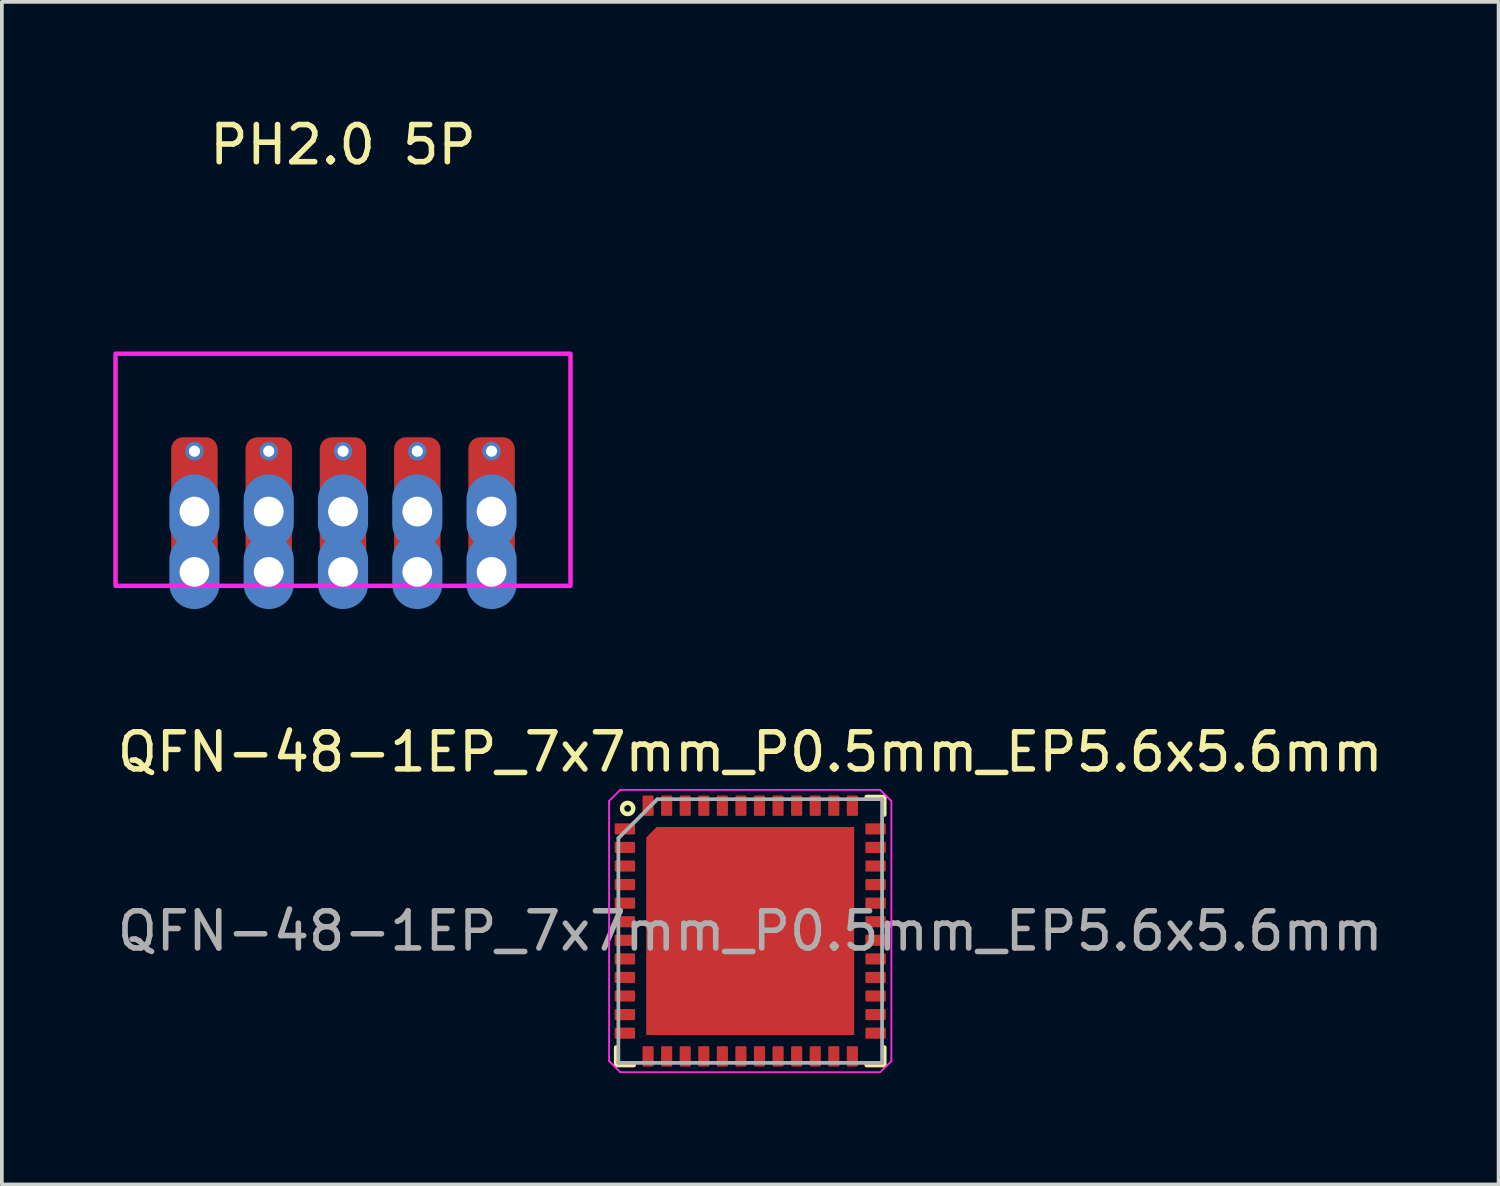
<source format=kicad_pcb>
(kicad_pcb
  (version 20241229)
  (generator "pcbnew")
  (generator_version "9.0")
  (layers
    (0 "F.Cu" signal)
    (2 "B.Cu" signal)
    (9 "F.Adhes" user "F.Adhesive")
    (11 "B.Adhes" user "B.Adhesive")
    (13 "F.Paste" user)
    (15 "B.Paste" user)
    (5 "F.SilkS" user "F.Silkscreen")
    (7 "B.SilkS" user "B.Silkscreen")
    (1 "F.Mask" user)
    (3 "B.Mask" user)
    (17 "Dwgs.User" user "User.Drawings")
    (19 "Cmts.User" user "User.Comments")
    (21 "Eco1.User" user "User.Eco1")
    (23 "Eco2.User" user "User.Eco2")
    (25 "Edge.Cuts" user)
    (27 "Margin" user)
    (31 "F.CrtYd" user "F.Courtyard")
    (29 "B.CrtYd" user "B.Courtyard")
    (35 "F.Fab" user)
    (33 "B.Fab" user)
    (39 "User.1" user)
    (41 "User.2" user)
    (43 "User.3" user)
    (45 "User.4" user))
  (footprint "PH2.0 5P"
    (layer "F.Cu")
    (at 6.185 9.848)
    (property "Reference" "PH2.0 5P" (at 0 -9 0) (unlocked yes) (layer "F.SilkS") (effects (font (size 1 1) (thickness 0.15))))
    (attr through_hole)
    (fp_rect (start -6.125 -3.375) (end 6.125 2.875) (stroke (width 0.12) (type default)) (fill no) (layer "F.CrtYd"))
    (pad "1" thru_hole circle (at -4 -0.75) (size 0.5 0.5) (drill 0.3) (property pad_prop_heatsink) (layers "*.Cu"))
    (pad "1" smd roundrect (at -4 0.688) (size 1.25 3.625) (layers "F.Cu" "F.Mask") (roundrect_rratio 0.25) (chamfer_ratio 0) (chamfer bottom_left bottom_right))
    (pad "1" thru_hole circle (at -4 0.875) (size 1.25 1.25) (drill 0.8) (layers "*.Cu" "*.Mask"))
    (pad "1" smd oval (at -4 0.875) (size 1.35 2) (layers "B.Cu" "B.Mask"))
    (pad "1" thru_hole circle (at -4 2.5) (size 1.25 1.25) (drill 0.8) (layers "*.Cu" "*.Mask"))
    (pad "1" smd oval (at -4 2.5) (size 1.35 2) (layers "B.Cu" "B.Mask"))
    (pad "2" thru_hole circle (at -2 -0.75) (size 0.5 0.5) (drill 0.3) (property pad_prop_heatsink) (layers "*.Cu"))
    (pad "2" smd roundrect (at -2 0.688) (size 1.25 3.625) (layers "F.Cu" "F.Mask") (roundrect_rratio 0.25) (chamfer_ratio 0) (chamfer bottom_left bottom_right))
    (pad "2" thru_hole circle (at -2 0.875) (size 1.25 1.25) (drill 0.8) (layers "*.Cu" "*.Mask"))
    (pad "2" smd oval (at -2 0.875) (size 1.35 2) (layers "B.Cu" "B.Mask"))
    (pad "2" thru_hole circle (at -2 2.5) (size 1.25 1.25) (drill 0.8) (layers "*.Cu" "*.Mask"))
    (pad "2" smd oval (at -2 2.5) (size 1.35 2) (layers "B.Cu" "B.Mask"))
    (pad "3" thru_hole circle (at 0 -0.75) (size 0.5 0.5) (drill 0.3) (property pad_prop_heatsink) (layers "*.Cu"))
    (pad "3" smd roundrect (at 0 0.688) (size 1.25 3.625) (layers "F.Cu" "F.Mask") (roundrect_rratio 0.25) (chamfer_ratio 0) (chamfer bottom_left bottom_right))
    (pad "3" thru_hole circle (at 0 0.875) (size 1.25 1.25) (drill 0.8) (layers "*.Cu" "*.Mask"))
    (pad "3" smd oval (at 0 0.875) (size 1.35 2) (layers "B.Cu" "B.Mask"))
    (pad "3" thru_hole circle (at 0 2.5) (size 1.25 1.25) (drill 0.8) (layers "*.Cu" "*.Mask"))
    (pad "3" smd oval (at 0 2.5) (size 1.35 2) (layers "B.Cu" "B.Mask"))
    (pad "4" thru_hole circle (at 2 -0.75) (size 0.5 0.5) (drill 0.3) (property pad_prop_heatsink) (layers "*.Cu"))
    (pad "4" smd roundrect (at 2 0.688) (size 1.25 3.625) (layers "F.Cu" "F.Mask") (roundrect_rratio 0.25) (chamfer_ratio 0) (chamfer bottom_left bottom_right))
    (pad "4" thru_hole circle (at 2 0.875) (size 1.25 1.25) (drill 0.8) (layers "*.Cu" "*.Mask"))
    (pad "4" smd oval (at 2 0.875) (size 1.35 2) (layers "B.Cu" "B.Mask"))
    (pad "4" thru_hole circle (at 2 2.5) (size 1.25 1.25) (drill 0.8) (layers "*.Cu" "*.Mask"))
    (pad "4" smd oval (at 2 2.5) (size 1.35 2) (layers "B.Cu" "B.Mask"))
    (pad "5" thru_hole circle (at 4 -0.75) (size 0.5 0.5) (drill 0.3) (property pad_prop_heatsink) (layers "*.Cu"))
    (pad "5" smd roundrect (at 4 0.688) (size 1.25 3.625) (layers "F.Cu" "F.Mask") (roundrect_rratio 0.25) (chamfer_ratio 0) (chamfer bottom_left bottom_right))
    (pad "5" thru_hole circle (at 4 0.875) (size 1.25 1.25) (drill 0.8) (layers "*.Cu" "*.Mask"))
    (pad "5" smd oval (at 4 0.875) (size 1.35 2) (layers "B.Cu" "B.Mask"))
    (pad "5" thru_hole circle (at 4 2.5) (size 1.25 1.25) (drill 0.8) (layers "*.Cu" "*.Mask"))
    (pad "5" smd oval (at 4 2.5) (size 1.35 2) (layers "B.Cu" "B.Mask")))
  (footprint "QFN-48-1EP_7x7mm_P0.5mm_EP5.6x5.6mm"
    (layer "F.Cu")
    (at 17.149 22.017)
    (property "Reference" "QFN-48-1EP_7x7mm_P0.5mm_EP5.6x5.6mm" (at 0 -4.82 0) (layer "F.SilkS") (effects (font (size 1 1) (thickness 0.15))))
    (attr smd)
    (fp_line (start -3.61 3.61) (end -3.61 3.135) (stroke (width 0.12) (type solid)) (layer "F.SilkS"))
    (fp_line (start -3.135 3.61) (end -3.61 3.61) (stroke (width 0.12) (type solid)) (layer "F.SilkS"))
    (fp_line (start 3.135 -3.61) (end 3.61 -3.61) (stroke (width 0.12) (type solid)) (layer "F.SilkS"))
    (fp_line (start 3.135 3.61) (end 3.61 3.61) (stroke (width 0.12) (type solid)) (layer "F.SilkS"))
    (fp_line (start 3.61 -3.61) (end 3.61 -3.135) (stroke (width 0.12) (type solid)) (layer "F.SilkS"))
    (fp_line (start 3.61 3.61) (end 3.61 3.135) (stroke (width 0.12) (type solid)) (layer "F.SilkS"))
    (fp_circle (center -3.3 -3.3) (end -3.3 -3.15) (stroke (width 0.12) (type default)) (fill no) (layer "F.SilkS"))
    (fp_rect (start -2.4 -2.4) (end -1.8 -1.8) (stroke (width 0.5) (type solid)) (fill yes) (layer "F.Paste"))
    (fp_rect (start -2.4 -1) (end -1.8 -0.4) (stroke (width 0.5) (type solid)) (fill yes) (layer "F.Paste"))
    (fp_rect (start -2.4 0.4) (end -1.8 1) (stroke (width 0.5) (type solid)) (fill yes) (layer "F.Paste"))
    (fp_rect (start -2.4 1.8) (end -1.8 2.4) (stroke (width 0.5) (type solid)) (fill yes) (layer "F.Paste"))
    (fp_rect (start -1 -2.4) (end -0.4 -1.8) (stroke (width 0.5) (type solid)) (fill yes) (layer "F.Paste"))
    (fp_rect (start -1 -1) (end -0.4 -0.4) (stroke (width 0.5) (type solid)) (fill yes) (layer "F.Paste"))
    (fp_rect (start -1 0.4) (end -0.4 1) (stroke (width 0.5) (type solid)) (fill yes) (layer "F.Paste"))
    (fp_rect (start -1 1.8) (end -0.4 2.4) (stroke (width 0.5) (type solid)) (fill yes) (layer "F.Paste"))
    (fp_rect (start 0.4 -2.4) (end 1 -1.8) (stroke (width 0.5) (type solid)) (fill yes) (layer "F.Paste"))
    (fp_rect (start 0.4 -1) (end 1 -0.4) (stroke (width 0.5) (type solid)) (fill yes) (layer "F.Paste"))
    (fp_rect (start 0.4 0.4) (end 1 1) (stroke (width 0.5) (type solid)) (fill yes) (layer "F.Paste"))
    (fp_rect (start 0.4 1.8) (end 1 2.4) (stroke (width 0.5) (type solid)) (fill yes) (layer "F.Paste"))
    (fp_rect (start 1.8 -2.4) (end 2.4 -1.8) (stroke (width 0.5) (type solid)) (fill yes) (layer "F.Paste"))
    (fp_rect (start 1.8 -1) (end 2.4 -0.4) (stroke (width 0.5) (type solid)) (fill yes) (layer "F.Paste"))
    (fp_rect (start 1.8 0.4) (end 2.4 1) (stroke (width 0.5) (type solid)) (fill yes) (layer "F.Paste"))
    (fp_rect (start 1.8 1.8) (end 2.4 2.4) (stroke (width 0.5) (type solid)) (fill yes) (layer "F.Paste"))
    (fp_line (start -3.8 -3.5) (end -3.8 3.5) (stroke (width 0.05) (type solid)) (layer "F.CrtYd"))
    (fp_line (start -3.8 -3.5) (end -3.5 -3.8) (stroke (width 0.05) (type default)) (layer "F.CrtYd"))
    (fp_line (start -3.5 3.8) (end -3.8 3.5) (stroke (width 0.05) (type default)) (layer "F.CrtYd"))
    (fp_line (start -3.5 3.8) (end 3.5 3.8) (stroke (width 0.05) (type solid)) (layer "F.CrtYd"))
    (fp_line (start 3.5 -3.8) (end -3.5 -3.8) (stroke (width 0.05) (type solid)) (layer "F.CrtYd"))
    (fp_line (start 3.5 3.8) (end 3.8 3.5) (stroke (width 0.05) (type default)) (layer "F.CrtYd"))
    (fp_line (start 3.8 -3.5) (end 3.5 -3.8) (stroke (width 0.05) (type default)) (layer "F.CrtYd"))
    (fp_line (start 3.8 3.5) (end 3.8 -3.5) (stroke (width 0.05) (type solid)) (layer "F.CrtYd"))
    (fp_line (start -3.55 -2.5) (end -2.5 -3.55) (stroke (width 0.1) (type solid)) (layer "F.Fab"))
    (fp_line (start -3.55 3.55) (end -3.55 -2.5) (stroke (width 0.1) (type solid)) (layer "F.Fab"))
    (fp_line (start -2.5 -3.55) (end 3.55 -3.55) (stroke (width 0.1) (type solid)) (layer "F.Fab"))
    (fp_line (start 3.55 -3.55) (end 3.55 3.55) (stroke (width 0.1) (type solid)) (layer "F.Fab"))
    (fp_line (start 3.55 3.55) (end -3.55 3.55) (stroke (width 0.1) (type solid)) (layer "F.Fab"))
    (fp_text user "${REFERENCE}" (at 0 0 0) (layer "F.Fab") (effects (font (size 1 1) (thickness 0.15))))
    (pad "" smd roundrect (at 2.1 -2.1) (size 1.13 1.13) (layers "F.Paste") (roundrect_rratio 0.221))
    (pad "1" smd roundrect (at -3.375 -2.75 180) (size 0.55 0.3) (layers "F.Cu" "F.Mask" "F.Paste") (roundrect_rratio 0.1))
    (pad "2" smd roundrect (at -3.375 -2.25 180) (size 0.55 0.3) (layers "F.Cu" "F.Mask" "F.Paste") (roundrect_rratio 0.1))
    (pad "3" smd roundrect (at -3.375 -1.75 180) (size 0.55 0.3) (layers "F.Cu" "F.Mask" "F.Paste") (roundrect_rratio 0.1))
    (pad "4" smd roundrect (at -3.375 -1.25 180) (size 0.55 0.3) (layers "F.Cu" "F.Mask" "F.Paste") (roundrect_rratio 0.1))
    (pad "5" smd roundrect (at -3.375 -0.75 180) (size 0.55 0.3) (layers "F.Cu" "F.Mask" "F.Paste") (roundrect_rratio 0.1))
    (pad "6" smd roundrect (at -3.375 -0.25 180) (size 0.55 0.3) (layers "F.Cu" "F.Mask" "F.Paste") (roundrect_rratio 0.1))
    (pad "7" smd roundrect (at -3.375 0.25 180) (size 0.55 0.3) (layers "F.Cu" "F.Mask" "F.Paste") (roundrect_rratio 0.1))
    (pad "8" smd roundrect (at -3.375 0.75 180) (size 0.55 0.3) (layers "F.Cu" "F.Mask" "F.Paste") (roundrect_rratio 0.1))
    (pad "9" smd roundrect (at -3.375 1.25 180) (size 0.55 0.3) (layers "F.Cu" "F.Mask" "F.Paste") (roundrect_rratio 0.1))
    (pad "10" smd roundrect (at -3.375 1.75 180) (size 0.55 0.3) (layers "F.Cu" "F.Mask" "F.Paste") (roundrect_rratio 0.1))
    (pad "11" smd roundrect (at -3.375 2.25 180) (size 0.55 0.3) (layers "F.Cu" "F.Mask" "F.Paste") (roundrect_rratio 0.1))
    (pad "12" smd roundrect (at -3.375 2.75 180) (size 0.55 0.3) (layers "F.Cu" "F.Mask" "F.Paste") (roundrect_rratio 0.1))
    (pad "13" smd roundrect (at -2.75 3.375 90) (size 0.55 0.3) (layers "F.Cu" "F.Mask" "F.Paste") (roundrect_rratio 0.1))
    (pad "14" smd roundrect (at -2.25 3.375 90) (size 0.55 0.3) (layers "F.Cu" "F.Mask" "F.Paste") (roundrect_rratio 0.1))
    (pad "15" smd roundrect (at -1.75 3.375 90) (size 0.55 0.3) (layers "F.Cu" "F.Mask" "F.Paste") (roundrect_rratio 0.1))
    (pad "16" smd roundrect (at -1.25 3.375 90) (size 0.55 0.3) (layers "F.Cu" "F.Mask" "F.Paste") (roundrect_rratio 0.1))
    (pad "17" smd roundrect (at -0.75 3.375 90) (size 0.55 0.3) (layers "F.Cu" "F.Mask" "F.Paste") (roundrect_rratio 0.1))
    (pad "18" smd roundrect (at -0.25 3.375 90) (size 0.55 0.3) (layers "F.Cu" "F.Mask" "F.Paste") (roundrect_rratio 0.1))
    (pad "19" smd roundrect (at 0.25 3.375 90) (size 0.55 0.3) (layers "F.Cu" "F.Mask" "F.Paste") (roundrect_rratio 0.1))
    (pad "20" smd roundrect (at 0.75 3.375 90) (size 0.55 0.3) (layers "F.Cu" "F.Mask" "F.Paste") (roundrect_rratio 0.1))
    (pad "21" smd roundrect (at 1.25 3.375 90) (size 0.55 0.3) (layers "F.Cu" "F.Mask" "F.Paste") (roundrect_rratio 0.1))
    (pad "22" smd roundrect (at 1.75 3.375 90) (size 0.55 0.3) (layers "F.Cu" "F.Mask" "F.Paste") (roundrect_rratio 0.1))
    (pad "23" smd roundrect (at 2.25 3.375 90) (size 0.55 0.3) (layers "F.Cu" "F.Mask" "F.Paste") (roundrect_rratio 0.1))
    (pad "24" smd roundrect (at 2.75 3.375 90) (size 0.55 0.3) (layers "F.Cu" "F.Mask" "F.Paste") (roundrect_rratio 0.1))
    (pad "25" smd roundrect (at 3.375 2.75 180) (size 0.55 0.3) (layers "F.Cu" "F.Mask" "F.Paste") (roundrect_rratio 0.1))
    (pad "26" smd roundrect (at 3.375 2.25 180) (size 0.55 0.3) (layers "F.Cu" "F.Mask" "F.Paste") (roundrect_rratio 0.1))
    (pad "27" smd roundrect (at 3.375 1.75 180) (size 0.55 0.3) (layers "F.Cu" "F.Mask" "F.Paste") (roundrect_rratio 0.1))
    (pad "28" smd roundrect (at 3.375 1.25 180) (size 0.55 0.3) (layers "F.Cu" "F.Mask" "F.Paste") (roundrect_rratio 0.1))
    (pad "29" smd roundrect (at 3.375 0.75 180) (size 0.55 0.3) (layers "F.Cu" "F.Mask" "F.Paste") (roundrect_rratio 0.1))
    (pad "30" smd roundrect (at 3.375 0.25 180) (size 0.55 0.3) (layers "F.Cu" "F.Mask" "F.Paste") (roundrect_rratio 0.1))
    (pad "31" smd roundrect (at 3.375 -0.25 180) (size 0.55 0.3) (layers "F.Cu" "F.Mask" "F.Paste") (roundrect_rratio 0.1))
    (pad "32" smd roundrect (at 3.375 -0.75 180) (size 0.55 0.3) (layers "F.Cu" "F.Mask" "F.Paste") (roundrect_rratio 0.1))
    (pad "33" smd roundrect (at 3.375 -1.25 180) (size 0.55 0.3) (layers "F.Cu" "F.Mask" "F.Paste") (roundrect_rratio 0.1))
    (pad "34" smd roundrect (at 3.375 -1.75 180) (size 0.55 0.3) (layers "F.Cu" "F.Mask" "F.Paste") (roundrect_rratio 0.1))
    (pad "35" smd roundrect (at 3.375 -2.25 180) (size 0.55 0.3) (layers "F.Cu" "F.Mask" "F.Paste") (roundrect_rratio 0.1))
    (pad "36" smd roundrect (at 3.375 -2.75 180) (size 0.55 0.3) (layers "F.Cu" "F.Mask" "F.Paste") (roundrect_rratio 0.1))
    (pad "37" smd roundrect (at 2.75 -3.375 90) (size 0.55 0.3) (layers "F.Cu" "F.Mask" "F.Paste") (roundrect_rratio 0.1))
    (pad "38" smd roundrect (at 2.25 -3.375 90) (size 0.55 0.3) (layers "F.Cu" "F.Mask" "F.Paste") (roundrect_rratio 0.1))
    (pad "39" smd roundrect (at 1.75 -3.375 90) (size 0.55 0.3) (layers "F.Cu" "F.Mask" "F.Paste") (roundrect_rratio 0.1))
    (pad "40" smd roundrect (at 1.25 -3.375 90) (size 0.55 0.3) (layers "F.Cu" "F.Mask" "F.Paste") (roundrect_rratio 0.1))
    (pad "41" smd roundrect (at 0.75 -3.375 90) (size 0.55 0.3) (layers "F.Cu" "F.Mask" "F.Paste") (roundrect_rratio 0.1))
    (pad "42" smd roundrect (at 0.25 -3.375 90) (size 0.55 0.3) (layers "F.Cu" "F.Mask" "F.Paste") (roundrect_rratio 0.1))
    (pad "43" smd roundrect (at -0.25 -3.375 90) (size 0.55 0.3) (layers "F.Cu" "F.Mask" "F.Paste") (roundrect_rratio 0.1))
    (pad "44" smd roundrect (at -0.75 -3.375 90) (size 0.55 0.3) (layers "F.Cu" "F.Mask" "F.Paste") (roundrect_rratio 0.1))
    (pad "45" smd roundrect (at -1.25 -3.375 90) (size 0.55 0.3) (layers "F.Cu" "F.Mask" "F.Paste") (roundrect_rratio 0.1))
    (pad "46" smd roundrect (at -1.75 -3.375 90) (size 0.55 0.3) (layers "F.Cu" "F.Mask" "F.Paste") (roundrect_rratio 0.1))
    (pad "47" smd roundrect (at -2.25 -3.375 90) (size 0.55 0.3) (layers "F.Cu" "F.Mask" "F.Paste") (roundrect_rratio 0.1))
    (pad "48" smd roundrect (at -2.75 -3.375 90) (size 0.55 0.3) (layers "F.Cu" "F.Mask" "F.Paste") (roundrect_rratio 0.1))
    (pad "49" smd roundrect (at 0 0) (size 5.6 5.6) (property pad_prop_heatsink) (layers "F.Cu" "F.Mask") (roundrect_rratio 0) (chamfer_ratio 0.05) (chamfer top_left)))
  (gr_rect
    (start -3 -3)
    (end 37.298 28.841)
    (stroke (width 0.1) (type default))
    (fill no)
    (layer "Edge.Cuts")))
</source>
